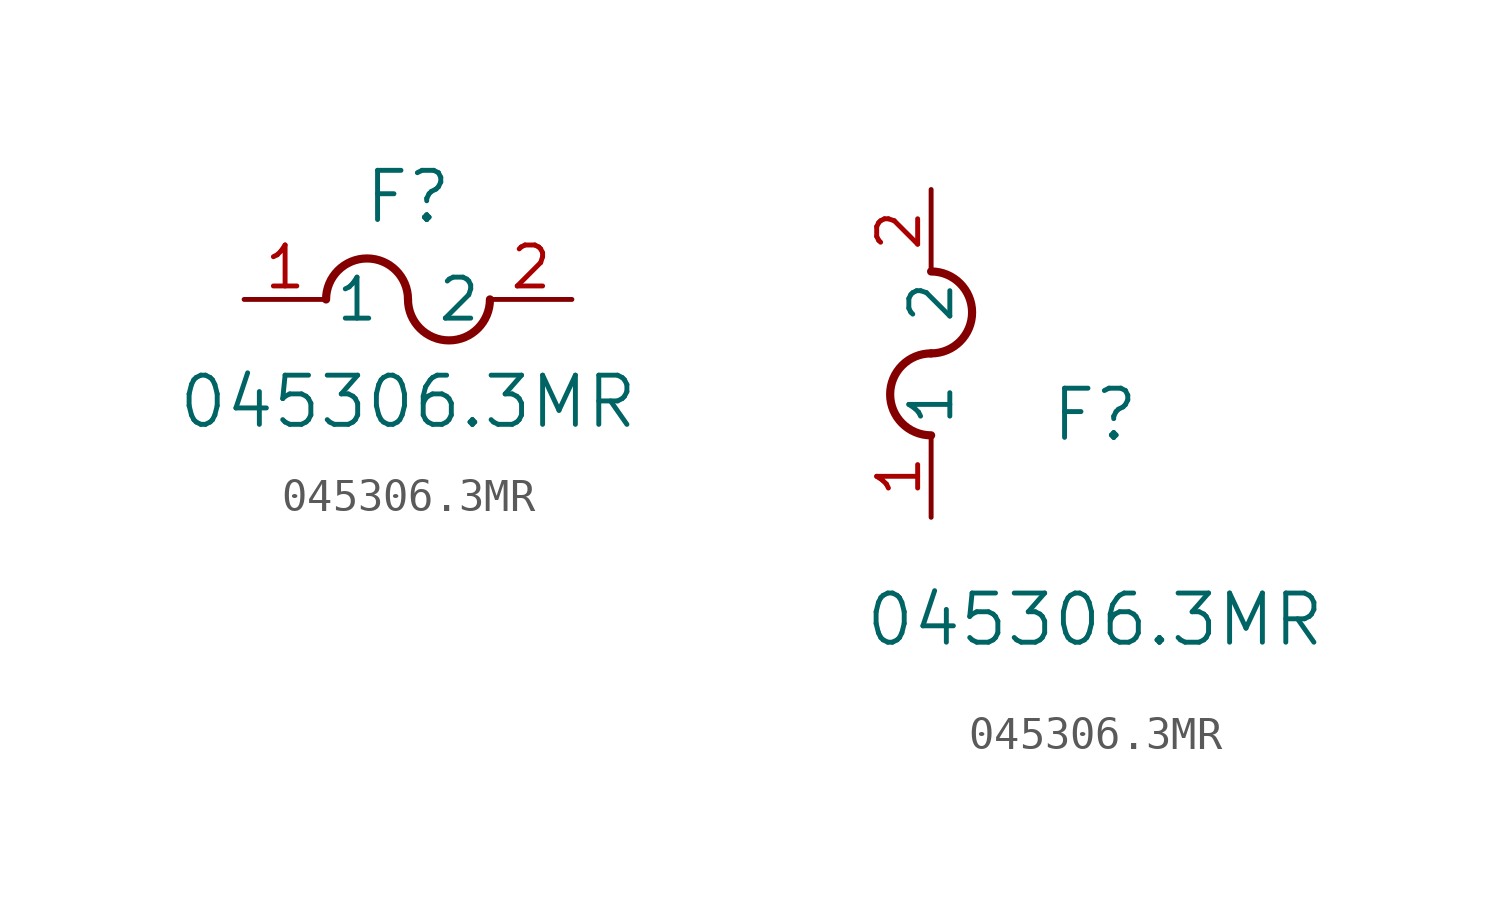
<source format=kicad_sym>
(kicad_symbol_lib
  (version 20211014)
  (generator kicad_symbol_editor)
  (symbol "045306.3MR"
    (pin_names
      (offset 0.254))
    (property "Reference" "F"
      (at 5.08 3.175 0)
      (effects (font (size 1.524 1.524))))
    (property "Value" "045306.3MR"
      (at 5.08 -3.175 0)
      (effects (font (size 1.524 1.524))))
    (symbol "045306.3MR_1_1"
      (arc (start 5.08 0) (mid 3.81 1.27) (end 2.54 0) (stroke (width 0.254) (type default) (color 0 0 0 0)) (fill (type none)))
      (arc (start 5.08 0) (mid 6.35 -1.27) (end 7.62 0) (stroke (width 0.254) (type default) (color 0 0 0 0)) (fill (type none)))
      (pin unspecified line (at 0 0 0) (length 2.54) (name "1" (effects (font (size 1.27 1.27)))) (number "1" (effects (font (size 1.27 1.27)))))
      (pin unspecified line (at 10.16 0 180) (length 2.54) (name "2" (effects (font (size 1.27 1.27)))) (number "2" (effects (font (size 1.27 1.27))))))
    (symbol "045306.3MR_1_2"
      (arc (start 0 5.08) (mid -1.27 3.81) (end 0 2.54) (stroke (width 0.254) (type default) (color 0 0 0 0)) (fill (type none)))
      (arc (start 0 5.08) (mid 1.27 6.35) (end 0 7.62) (stroke (width 0.254) (type default) (color 0 0 0 0)) (fill (type none)))
      (pin unspecified line (at 0 0 90) (length 2.54) (name "1" (effects (font (size 1.27 1.27)))) (number "1" (effects (font (size 1.27 1.27)))))
      (pin unspecified line (at 0 10.16 270) (length 2.54) (name "2" (effects (font (size 1.27 1.27)))) (number "2" (effects (font (size 1.27 1.27))))))))
</source>
